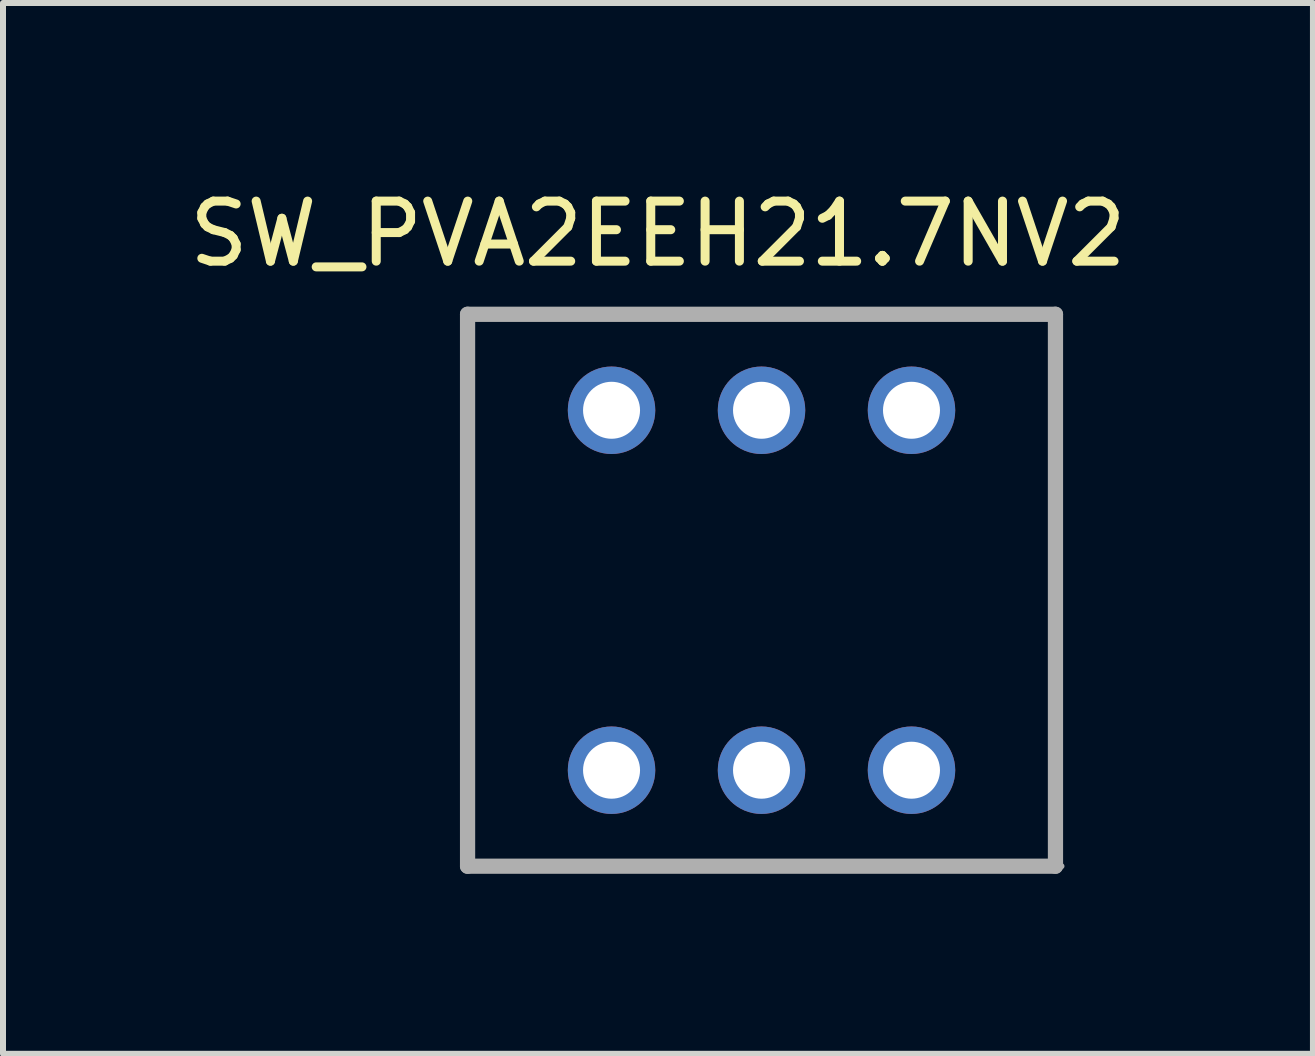
<source format=kicad_pcb>
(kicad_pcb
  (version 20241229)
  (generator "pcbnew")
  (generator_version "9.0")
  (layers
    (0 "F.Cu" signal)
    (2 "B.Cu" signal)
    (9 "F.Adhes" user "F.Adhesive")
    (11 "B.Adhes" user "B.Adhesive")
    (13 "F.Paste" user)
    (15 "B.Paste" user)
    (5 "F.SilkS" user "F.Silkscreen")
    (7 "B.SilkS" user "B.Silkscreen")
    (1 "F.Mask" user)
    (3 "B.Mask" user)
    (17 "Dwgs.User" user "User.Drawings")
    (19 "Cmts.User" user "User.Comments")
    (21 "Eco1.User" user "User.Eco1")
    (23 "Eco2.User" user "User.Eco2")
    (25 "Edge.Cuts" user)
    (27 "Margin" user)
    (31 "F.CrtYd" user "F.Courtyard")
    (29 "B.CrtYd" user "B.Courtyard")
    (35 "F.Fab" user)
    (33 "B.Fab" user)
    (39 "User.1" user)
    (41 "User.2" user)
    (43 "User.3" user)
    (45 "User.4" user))
  (footprint "SW_PVA2EEH21.7NV2"
    (layer "F.Cu")
    (at 9.644 6.789)
    (property "Reference" "SW_PVA2EEH21.7NV2" (at -1.727 -5.941 0) (layer "F.SilkS") (effects (font (size 1.001 1.001) (thickness 0.15))))
    (attr through_hole)
    (fp_line (start -4.9 -4.6) (end -4.9 4.6) (stroke (width 0.254) (type solid)) (layer "F.Fab"))
    (fp_line (start -4.9 4.6) (end 4.9 4.6) (stroke (width 0.254) (type solid)) (layer "F.Fab"))
    (fp_line (start 4.9 -4.6) (end -4.9 -4.6) (stroke (width 0.254) (type solid)) (layer "F.Fab"))
    (fp_line (start 4.9 4.6) (end 4.9 -4.6) (stroke (width 0.254) (type solid)) (layer "F.Fab"))
    (fp_line (start 5 4.6) (end 4.9 4.6) (stroke (width 0.1) (type solid)) (layer "F.Fab"))
    (pad "0" thru_hole circle (at 0 3) (size 1.458 1.458) (drill 0.95) (layers "*.Cu" "*.Mask"))
    (pad "0'" thru_hole circle (at 0 -3) (size 1.458 1.458) (drill 0.95) (layers "*.Cu" "*.Mask"))
    (pad "1" thru_hole circle (at 2.5 3) (size 1.458 1.458) (drill 0.95) (layers "*.Cu" "*.Mask"))
    (pad "1'" thru_hole circle (at 2.5 -3) (size 1.458 1.458) (drill 0.95) (layers "*.Cu" "*.Mask"))
    (pad "2" thru_hole circle (at -2.5 3) (size 1.458 1.458) (drill 0.95) (layers "*.Cu" "*.Mask"))
    (pad "2'" thru_hole circle (at -2.5 -3) (size 1.458 1.458) (drill 0.95) (layers "*.Cu" "*.Mask")))
  (gr_rect
    (start -3 -3)
    (end 18.836 14.516)
    (stroke (width 0.1) (type default))
    (fill no)
    (layer "Edge.Cuts")))
</source>
